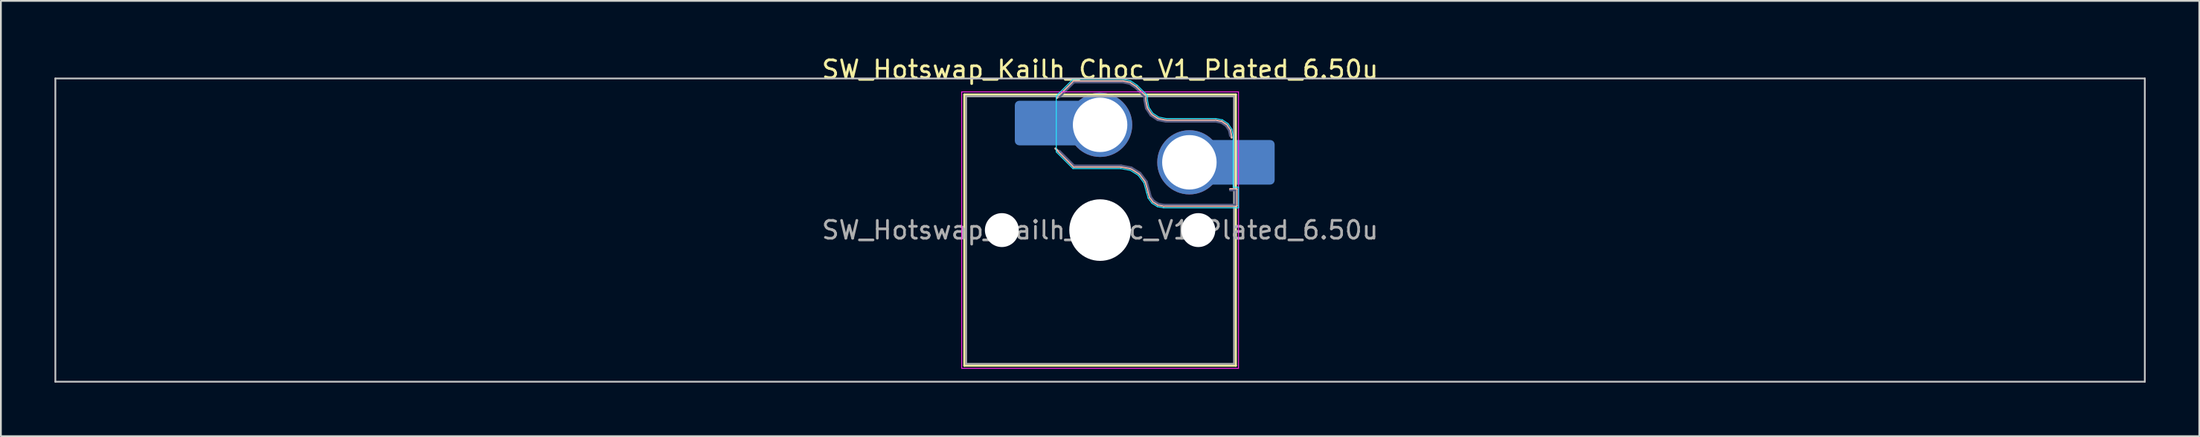
<source format=kicad_pcb>
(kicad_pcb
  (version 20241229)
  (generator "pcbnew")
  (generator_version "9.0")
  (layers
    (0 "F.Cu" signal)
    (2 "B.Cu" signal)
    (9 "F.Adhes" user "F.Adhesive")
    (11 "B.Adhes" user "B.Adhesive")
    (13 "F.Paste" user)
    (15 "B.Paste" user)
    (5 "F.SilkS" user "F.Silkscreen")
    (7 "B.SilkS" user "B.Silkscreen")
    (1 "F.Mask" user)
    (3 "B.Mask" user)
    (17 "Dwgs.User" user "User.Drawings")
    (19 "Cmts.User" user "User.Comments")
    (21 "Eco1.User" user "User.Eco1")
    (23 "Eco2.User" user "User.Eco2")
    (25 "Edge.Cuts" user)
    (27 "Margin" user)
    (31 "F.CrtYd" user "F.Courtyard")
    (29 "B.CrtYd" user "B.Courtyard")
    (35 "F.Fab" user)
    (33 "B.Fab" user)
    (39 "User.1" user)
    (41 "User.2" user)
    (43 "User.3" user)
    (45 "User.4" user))
  (footprint "SW_Hotswap_Kailh_Choc_V1_Plated_6.50u"
    (layer "F.Cu")
    (at 58.55 9.848)
    (property "Reference" "SW_Hotswap_Kailh_Choc_V1_Plated_6.50u" (at 0 -9 0) (layer "F.SilkS") (effects (font (size 1 1) (thickness 0.15))))
    (attr smd)
    (fp_line (start -7.6 -7.6) (end -7.6 7.6) (stroke (width 0.12) (type solid)) (layer "F.SilkS"))
    (fp_line (start -7.6 7.6) (end 7.6 7.6) (stroke (width 0.12) (type solid)) (layer "F.SilkS"))
    (fp_line (start 7.6 -7.6) (end -7.6 -7.6) (stroke (width 0.12) (type solid)) (layer "F.SilkS"))
    (fp_line (start 7.6 7.6) (end 7.6 -7.6) (stroke (width 0.12) (type solid)) (layer "F.SilkS"))
    (fp_line (start -2.416 -7.409) (end -1.479 -8.346) (stroke (width 0.12) (type solid)) (layer "B.SilkS"))
    (fp_line (start -1.479 -8.346) (end 1.268 -8.346) (stroke (width 0.12) (type solid)) (layer "B.SilkS"))
    (fp_line (start -1.479 -3.554) (end -2.5 -4.575) (stroke (width 0.12) (type solid)) (layer "B.SilkS"))
    (fp_line (start 1.168 -3.554) (end -1.479 -3.554) (stroke (width 0.12) (type solid)) (layer "B.SilkS"))
    (fp_line (start 1.268 -8.346) (end 1.671 -8.266) (stroke (width 0.12) (type solid)) (layer "B.SilkS"))
    (fp_line (start 1.671 -8.266) (end 2.013 -8.037) (stroke (width 0.12) (type solid)) (layer "B.SilkS"))
    (fp_line (start 1.73 -3.449) (end 1.168 -3.554) (stroke (width 0.12) (type solid)) (layer "B.SilkS"))
    (fp_line (start 2.013 -8.037) (end 2.546 -7.504) (stroke (width 0.12) (type solid)) (layer "B.SilkS"))
    (fp_line (start 2.209 -3.15) (end 1.73 -3.449) (stroke (width 0.12) (type solid)) (layer "B.SilkS"))
    (fp_line (start 2.546 -7.504) (end 2.546 -7.282) (stroke (width 0.12) (type solid)) (layer "B.SilkS"))
    (fp_line (start 2.546 -7.282) (end 2.633 -6.844) (stroke (width 0.12) (type solid)) (layer "B.SilkS"))
    (fp_line (start 2.547 -2.697) (end 2.209 -3.15) (stroke (width 0.12) (type solid)) (layer "B.SilkS"))
    (fp_line (start 2.633 -6.844) (end 2.877 -6.477) (stroke (width 0.12) (type solid)) (layer "B.SilkS"))
    (fp_line (start 2.701 -2.139) (end 2.547 -2.697) (stroke (width 0.12) (type solid)) (layer "B.SilkS"))
    (fp_line (start 2.783 -1.841) (end 2.701 -2.139) (stroke (width 0.12) (type solid)) (layer "B.SilkS"))
    (fp_line (start 2.877 -6.477) (end 3.244 -6.233) (stroke (width 0.12) (type solid)) (layer "B.SilkS"))
    (fp_line (start 2.976 -1.583) (end 2.783 -1.841) (stroke (width 0.12) (type solid)) (layer "B.SilkS"))
    (fp_line (start 3.244 -6.233) (end 3.682 -6.146) (stroke (width 0.12) (type solid)) (layer "B.SilkS"))
    (fp_line (start 3.25 -1.413) (end 2.976 -1.583) (stroke (width 0.12) (type solid)) (layer "B.SilkS"))
    (fp_line (start 3.56 -1.354) (end 3.25 -1.413) (stroke (width 0.12) (type solid)) (layer "B.SilkS"))
    (fp_line (start 3.682 -6.146) (end 6.482 -6.146) (stroke (width 0.12) (type solid)) (layer "B.SilkS"))
    (fp_line (start 6.482 -6.146) (end 6.809 -6.081) (stroke (width 0.12) (type solid)) (layer "B.SilkS"))
    (fp_line (start 6.809 -6.081) (end 7.092 -5.892) (stroke (width 0.12) (type solid)) (layer "B.SilkS"))
    (fp_line (start 7.092 -5.892) (end 7.281 -5.609) (stroke (width 0.12) (type solid)) (layer "B.SilkS"))
    (fp_line (start 7.281 -5.609) (end 7.366 -5.182) (stroke (width 0.12) (type solid)) (layer "B.SilkS"))
    (fp_line (start 7.283 -2.296) (end 7.646 -2.296) (stroke (width 0.12) (type solid)) (layer "B.SilkS"))
    (fp_line (start 7.646 -2.296) (end 7.646 -1.354) (stroke (width 0.12) (type solid)) (layer "B.SilkS"))
    (fp_line (start 7.646 -1.354) (end 3.56 -1.354) (stroke (width 0.12) (type solid)) (layer "B.SilkS"))
    (fp_line (start -58.5 -8.5) (end -58.5 8.5) (stroke (width 0.1) (type solid)) (layer "Dwgs.User"))
    (fp_line (start -58.5 8.5) (end 58.5 8.5) (stroke (width 0.1) (type solid)) (layer "Dwgs.User"))
    (fp_line (start 58.5 -8.5) (end -58.5 -8.5) (stroke (width 0.1) (type solid)) (layer "Dwgs.User"))
    (fp_line (start 58.5 8.5) (end 58.5 -8.5) (stroke (width 0.1) (type solid)) (layer "Dwgs.User"))
    (fp_line (start -7.25 -7.25) (end -7.25 7.25) (stroke (width 0.1) (type solid)) (layer "Eco1.User"))
    (fp_line (start -7.25 7.25) (end 7.25 7.25) (stroke (width 0.1) (type solid)) (layer "Eco1.User"))
    (fp_line (start 7.25 -7.25) (end -7.25 -7.25) (stroke (width 0.1) (type solid)) (layer "Eco1.User"))
    (fp_line (start 7.25 7.25) (end 7.25 -7.25) (stroke (width 0.1) (type solid)) (layer "Eco1.User"))
    (fp_line (start -2.452 -7.523) (end -1.523 -8.452) (stroke (width 0.05) (type solid)) (layer "B.CrtYd"))
    (fp_line (start -2.452 -4.377) (end -2.452 -7.523) (stroke (width 0.05) (type solid)) (layer "B.CrtYd"))
    (fp_line (start -1.523 -8.452) (end 1.278 -8.452) (stroke (width 0.05) (type solid)) (layer "B.CrtYd"))
    (fp_line (start -1.523 -3.448) (end -2.452 -4.377) (stroke (width 0.05) (type solid)) (layer "B.CrtYd"))
    (fp_line (start 1.159 -3.448) (end -1.523 -3.448) (stroke (width 0.05) (type solid)) (layer "B.CrtYd"))
    (fp_line (start 1.278 -8.452) (end 1.712 -8.366) (stroke (width 0.05) (type solid)) (layer "B.CrtYd"))
    (fp_line (start 1.691 -3.348) (end 1.159 -3.448) (stroke (width 0.05) (type solid)) (layer "B.CrtYd"))
    (fp_line (start 1.712 -8.366) (end 2.081 -8.119) (stroke (width 0.05) (type solid)) (layer "B.CrtYd"))
    (fp_line (start 2.081 -8.119) (end 2.652 -7.548) (stroke (width 0.05) (type solid)) (layer "B.CrtYd"))
    (fp_line (start 2.136 -3.071) (end 1.691 -3.348) (stroke (width 0.05) (type solid)) (layer "B.CrtYd"))
    (fp_line (start 2.45 -2.65) (end 2.136 -3.071) (stroke (width 0.05) (type solid)) (layer "B.CrtYd"))
    (fp_line (start 2.599 -2.111) (end 2.45 -2.65) (stroke (width 0.05) (type solid)) (layer "B.CrtYd"))
    (fp_line (start 2.652 -7.548) (end 2.652 -7.292) (stroke (width 0.05) (type solid)) (layer "B.CrtYd"))
    (fp_line (start 2.652 -7.292) (end 2.733 -6.885) (stroke (width 0.05) (type solid)) (layer "B.CrtYd"))
    (fp_line (start 2.687 -1.794) (end 2.599 -2.111) (stroke (width 0.05) (type solid)) (layer "B.CrtYd"))
    (fp_line (start 2.733 -6.885) (end 2.953 -6.553) (stroke (width 0.05) (type solid)) (layer "B.CrtYd"))
    (fp_line (start 2.903 -1.503) (end 2.687 -1.794) (stroke (width 0.05) (type solid)) (layer "B.CrtYd"))
    (fp_line (start 2.953 -6.553) (end 3.285 -6.333) (stroke (width 0.05) (type solid)) (layer "B.CrtYd"))
    (fp_line (start 3.211 -1.312) (end 2.903 -1.503) (stroke (width 0.05) (type solid)) (layer "B.CrtYd"))
    (fp_line (start 3.285 -6.333) (end 3.692 -6.252) (stroke (width 0.05) (type solid)) (layer "B.CrtYd"))
    (fp_line (start 3.55 -1.248) (end 3.211 -1.312) (stroke (width 0.05) (type solid)) (layer "B.CrtYd"))
    (fp_line (start 3.692 -6.252) (end 6.492 -6.252) (stroke (width 0.05) (type solid)) (layer "B.CrtYd"))
    (fp_line (start 6.492 -6.252) (end 6.85 -6.181) (stroke (width 0.05) (type solid)) (layer "B.CrtYd"))
    (fp_line (start 6.85 -6.181) (end 7.168 -5.968) (stroke (width 0.05) (type solid)) (layer "B.CrtYd"))
    (fp_line (start 7.168 -5.968) (end 7.381 -5.65) (stroke (width 0.05) (type solid)) (layer "B.CrtYd"))
    (fp_line (start 7.381 -5.65) (end 7.452 -5.292) (stroke (width 0.05) (type solid)) (layer "B.CrtYd"))
    (fp_line (start 7.452 -5.292) (end 7.452 -2.402) (stroke (width 0.05) (type solid)) (layer "B.CrtYd"))
    (fp_line (start 7.452 -2.402) (end 7.752 -2.402) (stroke (width 0.05) (type solid)) (layer "B.CrtYd"))
    (fp_line (start 7.752 -2.402) (end 7.752 -1.248) (stroke (width 0.05) (type solid)) (layer "B.CrtYd"))
    (fp_line (start 7.752 -1.248) (end 3.55 -1.248) (stroke (width 0.05) (type solid)) (layer "B.CrtYd"))
    (fp_line (start -7.75 -7.75) (end -7.75 7.75) (stroke (width 0.05) (type solid)) (layer "F.CrtYd"))
    (fp_line (start -7.75 7.75) (end 7.75 7.75) (stroke (width 0.05) (type solid)) (layer "F.CrtYd"))
    (fp_line (start 7.75 -7.75) (end -7.75 -7.75) (stroke (width 0.05) (type solid)) (layer "F.CrtYd"))
    (fp_line (start 7.75 7.75) (end 7.75 -7.75) (stroke (width 0.05) (type solid)) (layer "F.CrtYd"))
    (fp_line (start -2.275 -7.45) (end -1.45 -8.275) (stroke (width 0.1) (type solid)) (layer "B.Fab"))
    (fp_line (start -1.45 -8.275) (end 1.261 -8.275) (stroke (width 0.1) (type solid)) (layer "B.Fab"))
    (fp_line (start -1.45 -3.625) (end -2.275 -4.45) (stroke (width 0.1) (type solid)) (layer "B.Fab"))
    (fp_line (start 1.175 -3.625) (end -1.45 -3.625) (stroke (width 0.1) (type solid)) (layer "B.Fab"))
    (fp_line (start 1.261 -8.275) (end 1.643 -8.199) (stroke (width 0.1) (type solid)) (layer "B.Fab"))
    (fp_line (start 1.643 -8.199) (end 1.968 -7.982) (stroke (width 0.1) (type solid)) (layer "B.Fab"))
    (fp_line (start 1.756 -3.516) (end 1.175 -3.625) (stroke (width 0.1) (type solid)) (layer "B.Fab"))
    (fp_line (start 1.968 -7.982) (end 2.475 -7.475) (stroke (width 0.1) (type solid)) (layer "B.Fab"))
    (fp_line (start 2.258 -3.203) (end 1.756 -3.516) (stroke (width 0.1) (type solid)) (layer "B.Fab"))
    (fp_line (start 2.475 -7.475) (end 2.475 -7.275) (stroke (width 0.1) (type solid)) (layer "B.Fab"))
    (fp_line (start 2.475 -7.275) (end 2.566 -6.816) (stroke (width 0.1) (type solid)) (layer "B.Fab"))
    (fp_line (start 2.566 -6.816) (end 2.826 -6.426) (stroke (width 0.1) (type solid)) (layer "B.Fab"))
    (fp_line (start 2.612 -2.729) (end 2.258 -3.203) (stroke (width 0.1) (type solid)) (layer "B.Fab"))
    (fp_line (start 2.769 -2.158) (end 2.612 -2.729) (stroke (width 0.1) (type solid)) (layer "B.Fab"))
    (fp_line (start 2.826 -6.426) (end 3.216 -6.166) (stroke (width 0.1) (type solid)) (layer "B.Fab"))
    (fp_line (start 2.848 -1.873) (end 2.769 -2.158) (stroke (width 0.1) (type solid)) (layer "B.Fab"))
    (fp_line (start 3.025 -1.636) (end 2.848 -1.873) (stroke (width 0.1) (type solid)) (layer "B.Fab"))
    (fp_line (start 3.216 -6.166) (end 3.675 -6.075) (stroke (width 0.1) (type solid)) (layer "B.Fab"))
    (fp_line (start 3.276 -1.48) (end 3.025 -1.636) (stroke (width 0.1) (type solid)) (layer "B.Fab"))
    (fp_line (start 3.567 -1.425) (end 3.276 -1.48) (stroke (width 0.1) (type solid)) (layer "B.Fab"))
    (fp_line (start 3.675 -6.075) (end 6.475 -6.075) (stroke (width 0.1) (type solid)) (layer "B.Fab"))
    (fp_line (start 6.475 -6.075) (end 6.781 -6.014) (stroke (width 0.1) (type solid)) (layer "B.Fab"))
    (fp_line (start 6.781 -6.014) (end 7.041 -5.841) (stroke (width 0.1) (type solid)) (layer "B.Fab"))
    (fp_line (start 7.041 -5.841) (end 7.214 -5.581) (stroke (width 0.1) (type solid)) (layer "B.Fab"))
    (fp_line (start 7.214 -5.581) (end 7.275 -5.275) (stroke (width 0.1) (type solid)) (layer "B.Fab"))
    (fp_line (start 7.275 -2.225) (end 7.575 -2.225) (stroke (width 0.1) (type solid)) (layer "B.Fab"))
    (fp_line (start 7.575 -2.225) (end 7.575 -1.425) (stroke (width 0.1) (type solid)) (layer "B.Fab"))
    (fp_line (start 7.575 -1.425) (end 3.567 -1.425) (stroke (width 0.1) (type solid)) (layer "B.Fab"))
    (fp_line (start -7.5 -7.5) (end -7.5 7.5) (stroke (width 0.1) (type solid)) (layer "F.Fab"))
    (fp_line (start -7.5 7.5) (end 7.5 7.5) (stroke (width 0.1) (type solid)) (layer "F.Fab"))
    (fp_line (start 7.5 -7.5) (end -7.5 -7.5) (stroke (width 0.1) (type solid)) (layer "F.Fab"))
    (fp_line (start 7.5 7.5) (end 7.5 -7.5) (stroke (width 0.1) (type solid)) (layer "F.Fab"))
    (fp_text user "${REFERENCE}" (at 0 0 0) (layer "F.Fab") (effects (font (size 1 1) (thickness 0.15))))
    (pad "" np_thru_hole circle (at -5.5 0) (size 1.9 1.9) (drill 1.9) (layers "*.Cu" "*.Mask"))
    (pad "" smd roundrect (at -3.5 -6) (size 2.55 2.5) (layers "B.Mask" "B.Paste") (roundrect_rratio 0.1))
    (pad "" smd circle (at 0 -5.9) (size 3.1 3.1) (layers "F.Mask"))
    (pad "" np_thru_hole circle (at 0 0) (size 3.45 3.45) (drill 3.45) (layers "*.Cu" "*.Mask"))
    (pad "" smd circle (at 5 -3.8) (size 3.1 3.1) (layers "F.Mask"))
    (pad "" np_thru_hole circle (at 5.5 0) (size 1.9 1.9) (drill 1.9) (layers "*.Cu" "*.Mask"))
    (pad "" smd roundrect (at 8.5 -3.8) (size 2.55 2.5) (layers "B.Mask" "B.Paste") (roundrect_rratio 0.1))
    (pad "1" smd roundrect (at -2.85 -6) (size 3.85 2.5) (layers "B.Cu") (roundrect_rratio 0.1))
    (pad "1" thru_hole circle (at 0 -5.9) (size 3.6 3.6) (drill 3.05) (layers "*.Cu" "B.Mask"))
    (pad "2" thru_hole circle (at 5 -3.8) (size 3.6 3.6) (drill 3.05) (layers "*.Cu" "B.Mask"))
    (pad "2" smd roundrect (at 7.85 -3.8) (size 3.85 2.5) (layers "B.Cu") (roundrect_rratio 0.1)))
  (gr_rect
    (start -3 -3)
    (end 120.1 21.398)
    (stroke (width 0.1) (type default))
    (fill no)
    (layer "Edge.Cuts")))
</source>
